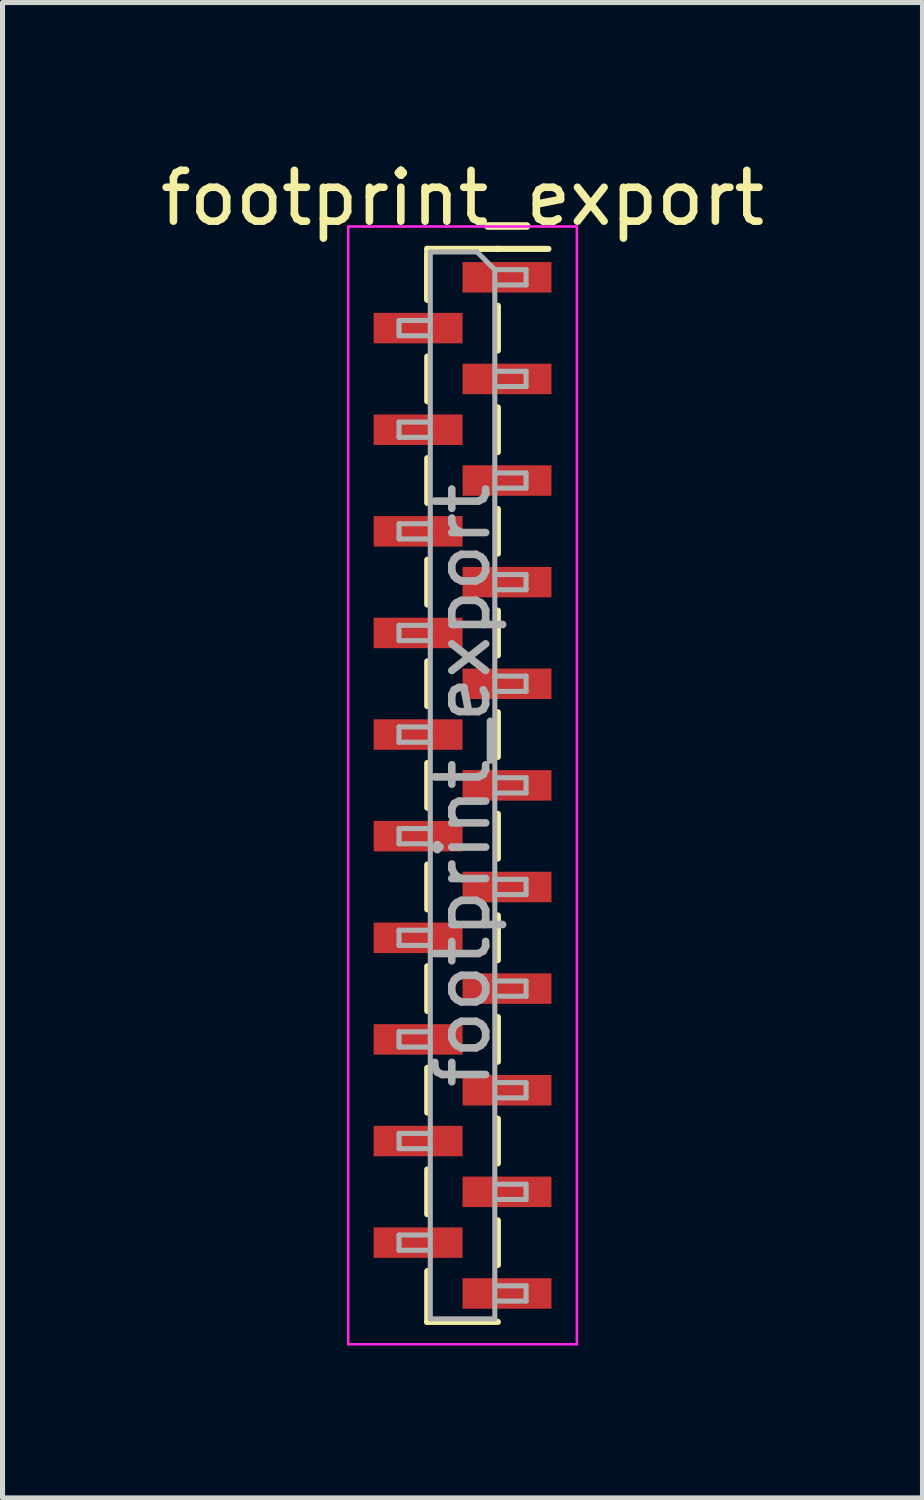
<source format=kicad_pcb>
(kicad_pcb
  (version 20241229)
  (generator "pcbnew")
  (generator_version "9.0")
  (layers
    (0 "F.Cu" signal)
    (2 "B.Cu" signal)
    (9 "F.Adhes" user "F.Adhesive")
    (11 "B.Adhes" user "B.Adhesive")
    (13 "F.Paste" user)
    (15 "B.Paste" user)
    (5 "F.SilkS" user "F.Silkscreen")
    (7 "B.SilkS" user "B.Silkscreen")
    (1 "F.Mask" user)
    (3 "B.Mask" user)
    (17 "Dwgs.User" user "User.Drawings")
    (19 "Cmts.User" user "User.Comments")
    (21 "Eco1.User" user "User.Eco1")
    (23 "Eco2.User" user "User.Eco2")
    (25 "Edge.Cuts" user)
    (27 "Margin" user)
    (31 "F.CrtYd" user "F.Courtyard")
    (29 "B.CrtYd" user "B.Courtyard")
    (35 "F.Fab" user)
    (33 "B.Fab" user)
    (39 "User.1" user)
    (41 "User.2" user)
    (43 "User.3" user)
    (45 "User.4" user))
  (footprint "footprint_export"
    (layer "F.Cu")
    (at 6.054 12.408)
    (property "Reference" "footprint_export" (at 0 -11.56 0) (layer "F.SilkS") (effects (font (size 1 1) (thickness 0.15))))
    (attr smd)
    (fp_line (start -0.695 -10.56) (end -0.695 -9.56) (stroke (width 0.12) (type solid)) (layer "F.SilkS"))
    (fp_line (start -0.695 -10.56) (end 0.695 -10.56) (stroke (width 0.12) (type solid)) (layer "F.SilkS"))
    (fp_line (start -0.695 -10.44) (end -0.695 -9.56) (stroke (width 0.12) (type solid)) (layer "F.SilkS"))
    (fp_line (start -0.695 -8.44) (end -0.695 -7.56) (stroke (width 0.12) (type solid)) (layer "F.SilkS"))
    (fp_line (start -0.695 -6.44) (end -0.695 -5.56) (stroke (width 0.12) (type solid)) (layer "F.SilkS"))
    (fp_line (start -0.695 -4.44) (end -0.695 -3.56) (stroke (width 0.12) (type solid)) (layer "F.SilkS"))
    (fp_line (start -0.695 -2.44) (end -0.695 -1.56) (stroke (width 0.12) (type solid)) (layer "F.SilkS"))
    (fp_line (start -0.695 -0.44) (end -0.695 0.44) (stroke (width 0.12) (type solid)) (layer "F.SilkS"))
    (fp_line (start -0.695 1.56) (end -0.695 2.44) (stroke (width 0.12) (type solid)) (layer "F.SilkS"))
    (fp_line (start -0.695 3.56) (end -0.695 4.44) (stroke (width 0.12) (type solid)) (layer "F.SilkS"))
    (fp_line (start -0.695 5.56) (end -0.695 6.44) (stroke (width 0.12) (type solid)) (layer "F.SilkS"))
    (fp_line (start -0.695 7.56) (end -0.695 8.44) (stroke (width 0.12) (type solid)) (layer "F.SilkS"))
    (fp_line (start -0.695 9.56) (end -0.695 10.56) (stroke (width 0.12) (type solid)) (layer "F.SilkS"))
    (fp_line (start -0.695 10.56) (end -0.695 10.56) (stroke (width 0.12) (type solid)) (layer "F.SilkS"))
    (fp_line (start -0.695 10.56) (end 0.695 10.56) (stroke (width 0.12) (type solid)) (layer "F.SilkS"))
    (fp_line (start 0.695 -10.56) (end 0.695 -10.56) (stroke (width 0.12) (type solid)) (layer "F.SilkS"))
    (fp_line (start 0.695 -10.56) (end 1.69 -10.56) (stroke (width 0.12) (type solid)) (layer "F.SilkS"))
    (fp_line (start 0.695 -9.44) (end 0.695 -8.56) (stroke (width 0.12) (type solid)) (layer "F.SilkS"))
    (fp_line (start 0.695 -7.44) (end 0.695 -6.56) (stroke (width 0.12) (type solid)) (layer "F.SilkS"))
    (fp_line (start 0.695 -5.44) (end 0.695 -4.56) (stroke (width 0.12) (type solid)) (layer "F.SilkS"))
    (fp_line (start 0.695 -3.44) (end 0.695 -2.56) (stroke (width 0.12) (type solid)) (layer "F.SilkS"))
    (fp_line (start 0.695 -1.44) (end 0.695 -0.56) (stroke (width 0.12) (type solid)) (layer "F.SilkS"))
    (fp_line (start 0.695 0.56) (end 0.695 1.44) (stroke (width 0.12) (type solid)) (layer "F.SilkS"))
    (fp_line (start 0.695 2.56) (end 0.695 3.44) (stroke (width 0.12) (type solid)) (layer "F.SilkS"))
    (fp_line (start 0.695 4.56) (end 0.695 5.44) (stroke (width 0.12) (type solid)) (layer "F.SilkS"))
    (fp_line (start 0.695 6.56) (end 0.695 7.44) (stroke (width 0.12) (type solid)) (layer "F.SilkS"))
    (fp_line (start 0.695 8.56) (end 0.695 9.44) (stroke (width 0.12) (type solid)) (layer "F.SilkS"))
    (fp_line (start -2.25 -11) (end -2.25 11) (stroke (width 0.05) (type solid)) (layer "F.CrtYd"))
    (fp_line (start -2.25 11) (end 2.25 11) (stroke (width 0.05) (type solid)) (layer "F.CrtYd"))
    (fp_line (start 2.25 -11) (end -2.25 -11) (stroke (width 0.05) (type solid)) (layer "F.CrtYd"))
    (fp_line (start 2.25 11) (end 2.25 -11) (stroke (width 0.05) (type solid)) (layer "F.CrtYd"))
    (fp_line (start -1.25 -9.15) (end -1.25 -8.85) (stroke (width 0.1) (type solid)) (layer "F.Fab"))
    (fp_line (start -1.25 -8.85) (end -0.635 -8.85) (stroke (width 0.1) (type solid)) (layer "F.Fab"))
    (fp_line (start -1.25 -7.15) (end -1.25 -6.85) (stroke (width 0.1) (type solid)) (layer "F.Fab"))
    (fp_line (start -1.25 -6.85) (end -0.635 -6.85) (stroke (width 0.1) (type solid)) (layer "F.Fab"))
    (fp_line (start -1.25 -5.15) (end -1.25 -4.85) (stroke (width 0.1) (type solid)) (layer "F.Fab"))
    (fp_line (start -1.25 -4.85) (end -0.635 -4.85) (stroke (width 0.1) (type solid)) (layer "F.Fab"))
    (fp_line (start -1.25 -3.15) (end -1.25 -2.85) (stroke (width 0.1) (type solid)) (layer "F.Fab"))
    (fp_line (start -1.25 -2.85) (end -0.635 -2.85) (stroke (width 0.1) (type solid)) (layer "F.Fab"))
    (fp_line (start -1.25 -1.15) (end -1.25 -0.85) (stroke (width 0.1) (type solid)) (layer "F.Fab"))
    (fp_line (start -1.25 -0.85) (end -0.635 -0.85) (stroke (width 0.1) (type solid)) (layer "F.Fab"))
    (fp_line (start -1.25 0.85) (end -1.25 1.15) (stroke (width 0.1) (type solid)) (layer "F.Fab"))
    (fp_line (start -1.25 1.15) (end -0.635 1.15) (stroke (width 0.1) (type solid)) (layer "F.Fab"))
    (fp_line (start -1.25 2.85) (end -1.25 3.15) (stroke (width 0.1) (type solid)) (layer "F.Fab"))
    (fp_line (start -1.25 3.15) (end -0.635 3.15) (stroke (width 0.1) (type solid)) (layer "F.Fab"))
    (fp_line (start -1.25 4.85) (end -1.25 5.15) (stroke (width 0.1) (type solid)) (layer "F.Fab"))
    (fp_line (start -1.25 5.15) (end -0.635 5.15) (stroke (width 0.1) (type solid)) (layer "F.Fab"))
    (fp_line (start -1.25 6.85) (end -1.25 7.15) (stroke (width 0.1) (type solid)) (layer "F.Fab"))
    (fp_line (start -1.25 7.15) (end -0.635 7.15) (stroke (width 0.1) (type solid)) (layer "F.Fab"))
    (fp_line (start -1.25 8.85) (end -1.25 9.15) (stroke (width 0.1) (type solid)) (layer "F.Fab"))
    (fp_line (start -1.25 9.15) (end -0.635 9.15) (stroke (width 0.1) (type solid)) (layer "F.Fab"))
    (fp_line (start -0.635 -10.5) (end -0.635 10.5) (stroke (width 0.1) (type solid)) (layer "F.Fab"))
    (fp_line (start -0.635 -10.5) (end 0.285 -10.5) (stroke (width 0.1) (type solid)) (layer "F.Fab"))
    (fp_line (start -0.635 -9.15) (end -1.25 -9.15) (stroke (width 0.1) (type solid)) (layer "F.Fab"))
    (fp_line (start -0.635 -7.15) (end -1.25 -7.15) (stroke (width 0.1) (type solid)) (layer "F.Fab"))
    (fp_line (start -0.635 -5.15) (end -1.25 -5.15) (stroke (width 0.1) (type solid)) (layer "F.Fab"))
    (fp_line (start -0.635 -3.15) (end -1.25 -3.15) (stroke (width 0.1) (type solid)) (layer "F.Fab"))
    (fp_line (start -0.635 -1.15) (end -1.25 -1.15) (stroke (width 0.1) (type solid)) (layer "F.Fab"))
    (fp_line (start -0.635 0.85) (end -1.25 0.85) (stroke (width 0.1) (type solid)) (layer "F.Fab"))
    (fp_line (start -0.635 2.85) (end -1.25 2.85) (stroke (width 0.1) (type solid)) (layer "F.Fab"))
    (fp_line (start -0.635 4.85) (end -1.25 4.85) (stroke (width 0.1) (type solid)) (layer "F.Fab"))
    (fp_line (start -0.635 6.85) (end -1.25 6.85) (stroke (width 0.1) (type solid)) (layer "F.Fab"))
    (fp_line (start -0.635 8.85) (end -1.25 8.85) (stroke (width 0.1) (type solid)) (layer "F.Fab"))
    (fp_line (start 0.635 -10.15) (end 0.285 -10.5) (stroke (width 0.1) (type solid)) (layer "F.Fab"))
    (fp_line (start 0.635 -10.15) (end 1.25 -10.15) (stroke (width 0.1) (type solid)) (layer "F.Fab"))
    (fp_line (start 0.635 -8.15) (end 1.25 -8.15) (stroke (width 0.1) (type solid)) (layer "F.Fab"))
    (fp_line (start 0.635 -6.15) (end 1.25 -6.15) (stroke (width 0.1) (type solid)) (layer "F.Fab"))
    (fp_line (start 0.635 -4.15) (end 1.25 -4.15) (stroke (width 0.1) (type solid)) (layer "F.Fab"))
    (fp_line (start 0.635 -2.15) (end 1.25 -2.15) (stroke (width 0.1) (type solid)) (layer "F.Fab"))
    (fp_line (start 0.635 -0.15) (end 1.25 -0.15) (stroke (width 0.1) (type solid)) (layer "F.Fab"))
    (fp_line (start 0.635 1.85) (end 1.25 1.85) (stroke (width 0.1) (type solid)) (layer "F.Fab"))
    (fp_line (start 0.635 3.85) (end 1.25 3.85) (stroke (width 0.1) (type solid)) (layer "F.Fab"))
    (fp_line (start 0.635 5.85) (end 1.25 5.85) (stroke (width 0.1) (type solid)) (layer "F.Fab"))
    (fp_line (start 0.635 7.85) (end 1.25 7.85) (stroke (width 0.1) (type solid)) (layer "F.Fab"))
    (fp_line (start 0.635 9.85) (end 1.25 9.85) (stroke (width 0.1) (type solid)) (layer "F.Fab"))
    (fp_line (start 0.635 10.5) (end -0.635 10.5) (stroke (width 0.1) (type solid)) (layer "F.Fab"))
    (fp_line (start 0.635 10.5) (end 0.635 -10.15) (stroke (width 0.1) (type solid)) (layer "F.Fab"))
    (fp_line (start 1.25 -10.15) (end 1.25 -9.85) (stroke (width 0.1) (type solid)) (layer "F.Fab"))
    (fp_line (start 1.25 -9.85) (end 0.635 -9.85) (stroke (width 0.1) (type solid)) (layer "F.Fab"))
    (fp_line (start 1.25 -8.15) (end 1.25 -7.85) (stroke (width 0.1) (type solid)) (layer "F.Fab"))
    (fp_line (start 1.25 -7.85) (end 0.635 -7.85) (stroke (width 0.1) (type solid)) (layer "F.Fab"))
    (fp_line (start 1.25 -6.15) (end 1.25 -5.85) (stroke (width 0.1) (type solid)) (layer "F.Fab"))
    (fp_line (start 1.25 -5.85) (end 0.635 -5.85) (stroke (width 0.1) (type solid)) (layer "F.Fab"))
    (fp_line (start 1.25 -4.15) (end 1.25 -3.85) (stroke (width 0.1) (type solid)) (layer "F.Fab"))
    (fp_line (start 1.25 -3.85) (end 0.635 -3.85) (stroke (width 0.1) (type solid)) (layer "F.Fab"))
    (fp_line (start 1.25 -2.15) (end 1.25 -1.85) (stroke (width 0.1) (type solid)) (layer "F.Fab"))
    (fp_line (start 1.25 -1.85) (end 0.635 -1.85) (stroke (width 0.1) (type solid)) (layer "F.Fab"))
    (fp_line (start 1.25 -0.15) (end 1.25 0.15) (stroke (width 0.1) (type solid)) (layer "F.Fab"))
    (fp_line (start 1.25 0.15) (end 0.635 0.15) (stroke (width 0.1) (type solid)) (layer "F.Fab"))
    (fp_line (start 1.25 1.85) (end 1.25 2.15) (stroke (width 0.1) (type solid)) (layer "F.Fab"))
    (fp_line (start 1.25 2.15) (end 0.635 2.15) (stroke (width 0.1) (type solid)) (layer "F.Fab"))
    (fp_line (start 1.25 3.85) (end 1.25 4.15) (stroke (width 0.1) (type solid)) (layer "F.Fab"))
    (fp_line (start 1.25 4.15) (end 0.635 4.15) (stroke (width 0.1) (type solid)) (layer "F.Fab"))
    (fp_line (start 1.25 5.85) (end 1.25 6.15) (stroke (width 0.1) (type solid)) (layer "F.Fab"))
    (fp_line (start 1.25 6.15) (end 0.635 6.15) (stroke (width 0.1) (type solid)) (layer "F.Fab"))
    (fp_line (start 1.25 7.85) (end 1.25 8.15) (stroke (width 0.1) (type solid)) (layer "F.Fab"))
    (fp_line (start 1.25 8.15) (end 0.635 8.15) (stroke (width 0.1) (type solid)) (layer "F.Fab"))
    (fp_line (start 1.25 9.85) (end 1.25 10.15) (stroke (width 0.1) (type solid)) (layer "F.Fab"))
    (fp_line (start 1.25 10.15) (end 0.635 10.15) (stroke (width 0.1) (type solid)) (layer "F.Fab"))
    (fp_text user "${REFERENCE}" (at 0 0 90) (layer "F.Fab") (effects (font (size 1 1) (thickness 0.15))))
    (pad "1" smd rect (at 0.875 -10) (size 1.75 0.6) (layers "F.Cu" "F.Mask" "F.Paste"))
    (pad "2" smd rect (at -0.875 -9) (size 1.75 0.6) (layers "F.Cu" "F.Mask" "F.Paste"))
    (pad "3" smd rect (at 0.875 -8) (size 1.75 0.6) (layers "F.Cu" "F.Mask" "F.Paste"))
    (pad "4" smd rect (at -0.875 -7) (size 1.75 0.6) (layers "F.Cu" "F.Mask" "F.Paste"))
    (pad "5" smd rect (at 0.875 -6) (size 1.75 0.6) (layers "F.Cu" "F.Mask" "F.Paste"))
    (pad "6" smd rect (at -0.875 -5) (size 1.75 0.6) (layers "F.Cu" "F.Mask" "F.Paste"))
    (pad "7" smd rect (at 0.875 -4) (size 1.75 0.6) (layers "F.Cu" "F.Mask" "F.Paste"))
    (pad "8" smd rect (at -0.875 -3) (size 1.75 0.6) (layers "F.Cu" "F.Mask" "F.Paste"))
    (pad "9" smd rect (at 0.875 -2) (size 1.75 0.6) (layers "F.Cu" "F.Mask" "F.Paste"))
    (pad "10" smd rect (at -0.875 -1) (size 1.75 0.6) (layers "F.Cu" "F.Mask" "F.Paste"))
    (pad "11" smd rect (at 0.875 0) (size 1.75 0.6) (layers "F.Cu" "F.Mask" "F.Paste"))
    (pad "12" smd rect (at -0.875 1) (size 1.75 0.6) (layers "F.Cu" "F.Mask" "F.Paste"))
    (pad "13" smd rect (at 0.875 2) (size 1.75 0.6) (layers "F.Cu" "F.Mask" "F.Paste"))
    (pad "14" smd rect (at -0.875 3) (size 1.75 0.6) (layers "F.Cu" "F.Mask" "F.Paste"))
    (pad "15" smd rect (at 0.875 4) (size 1.75 0.6) (layers "F.Cu" "F.Mask" "F.Paste"))
    (pad "16" smd rect (at -0.875 5) (size 1.75 0.6) (layers "F.Cu" "F.Mask" "F.Paste"))
    (pad "17" smd rect (at 0.875 6) (size 1.75 0.6) (layers "F.Cu" "F.Mask" "F.Paste"))
    (pad "18" smd rect (at -0.875 7) (size 1.75 0.6) (layers "F.Cu" "F.Mask" "F.Paste"))
    (pad "19" smd rect (at 0.875 8) (size 1.75 0.6) (layers "F.Cu" "F.Mask" "F.Paste"))
    (pad "20" smd rect (at -0.875 9) (size 1.75 0.6) (layers "F.Cu" "F.Mask" "F.Paste"))
    (pad "21" smd rect (at 0.875 10) (size 1.75 0.6) (layers "F.Cu" "F.Mask" "F.Paste")))
  (gr_rect
    (start -3 -3)
    (end 15.107 26.433)
    (stroke (width 0.1) (type default))
    (fill no)
    (layer "Edge.Cuts")))
</source>
